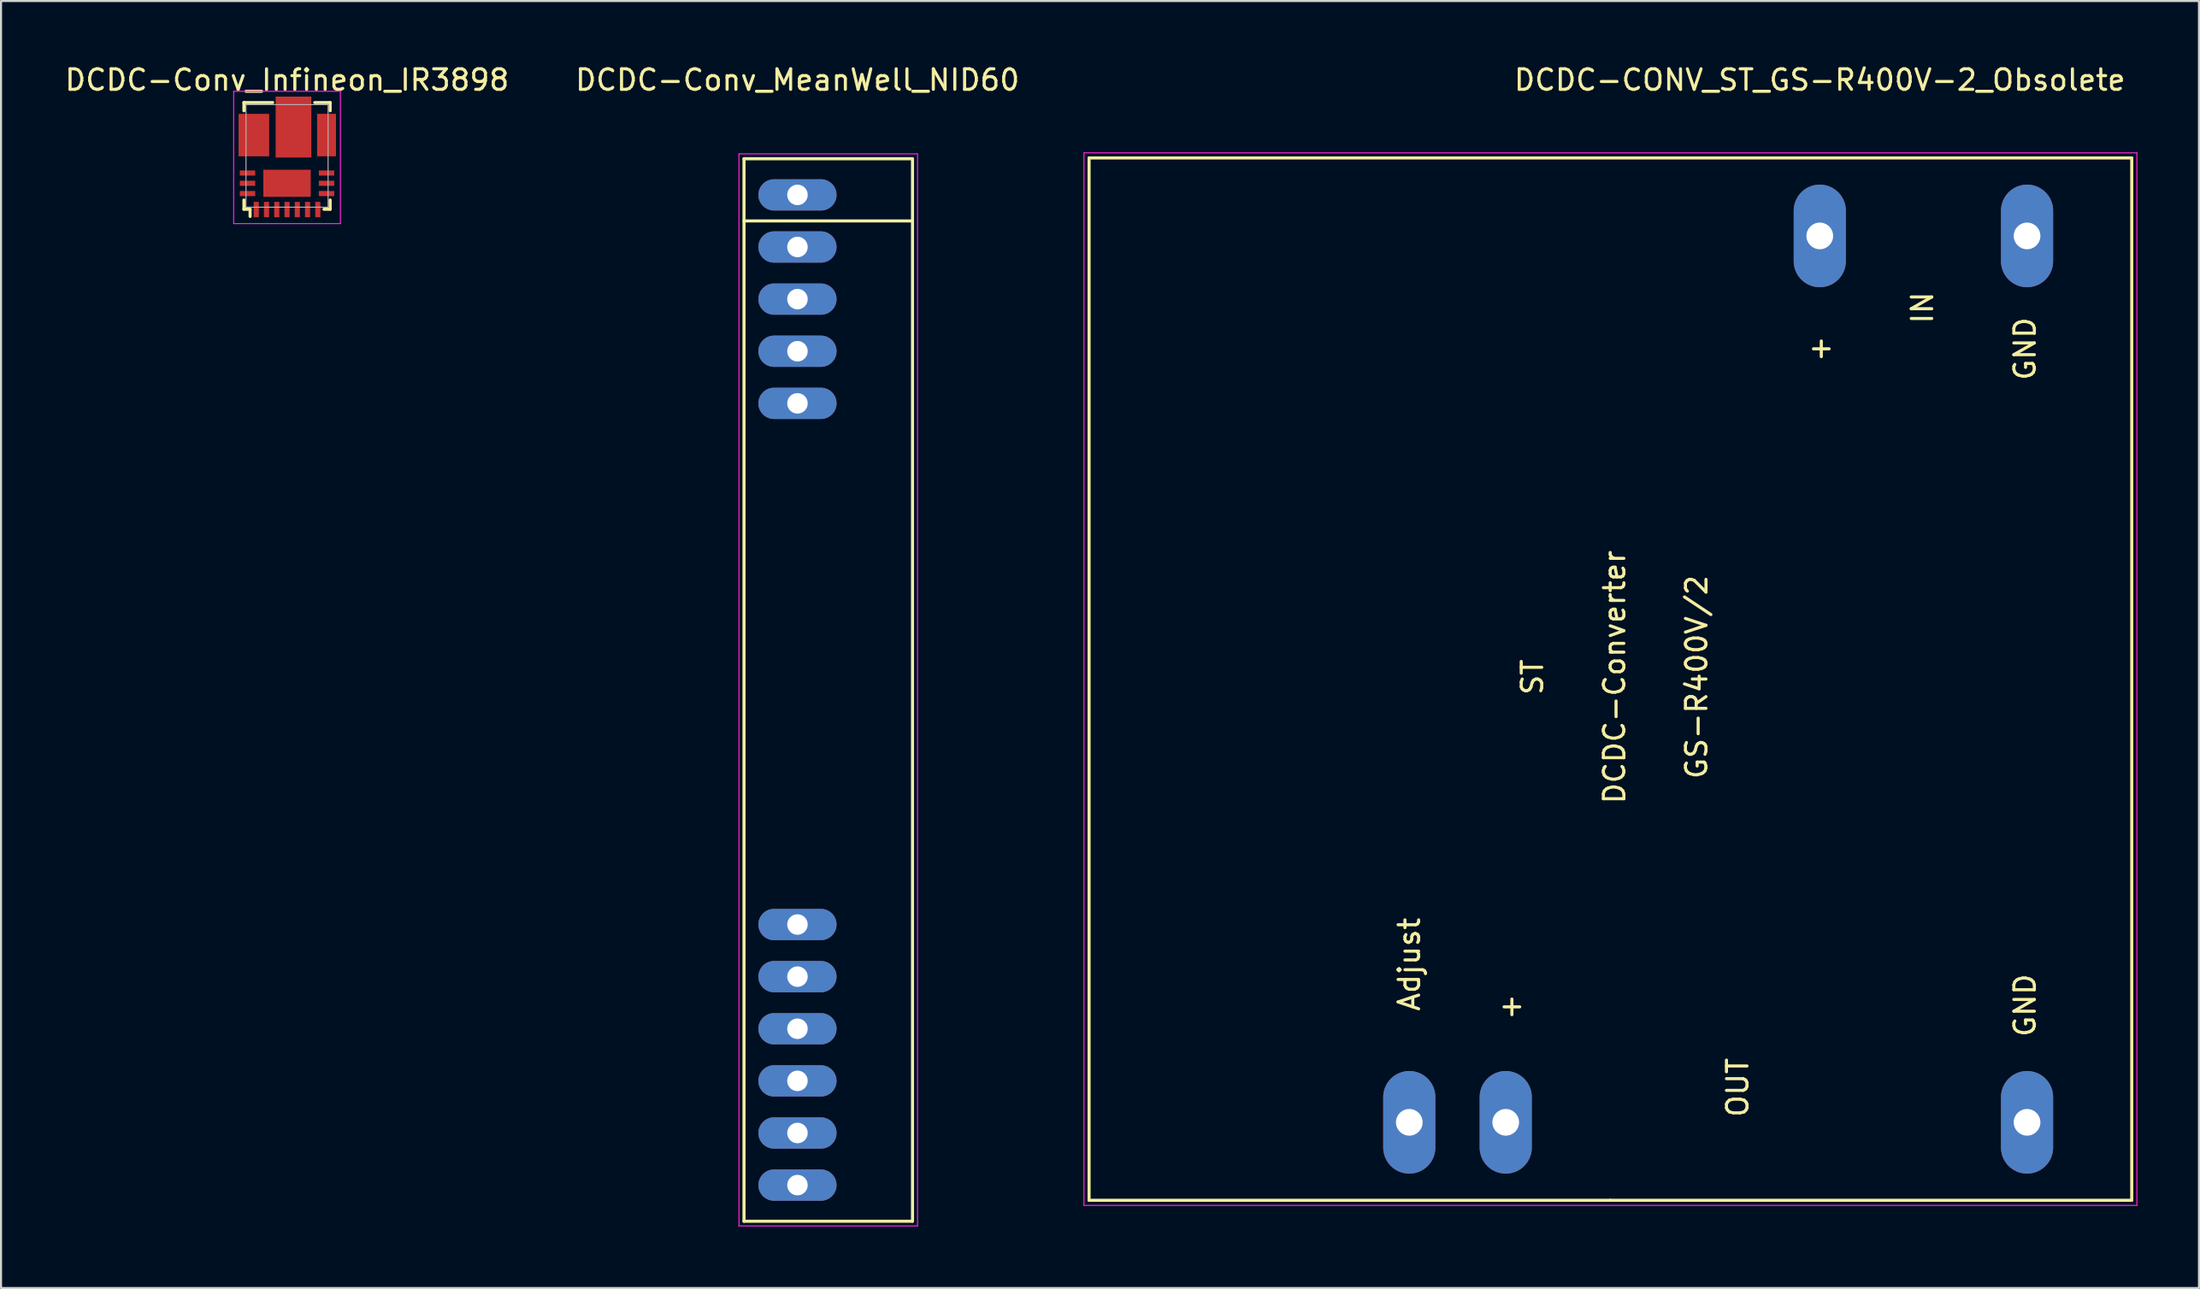
<source format=kicad_pcb>
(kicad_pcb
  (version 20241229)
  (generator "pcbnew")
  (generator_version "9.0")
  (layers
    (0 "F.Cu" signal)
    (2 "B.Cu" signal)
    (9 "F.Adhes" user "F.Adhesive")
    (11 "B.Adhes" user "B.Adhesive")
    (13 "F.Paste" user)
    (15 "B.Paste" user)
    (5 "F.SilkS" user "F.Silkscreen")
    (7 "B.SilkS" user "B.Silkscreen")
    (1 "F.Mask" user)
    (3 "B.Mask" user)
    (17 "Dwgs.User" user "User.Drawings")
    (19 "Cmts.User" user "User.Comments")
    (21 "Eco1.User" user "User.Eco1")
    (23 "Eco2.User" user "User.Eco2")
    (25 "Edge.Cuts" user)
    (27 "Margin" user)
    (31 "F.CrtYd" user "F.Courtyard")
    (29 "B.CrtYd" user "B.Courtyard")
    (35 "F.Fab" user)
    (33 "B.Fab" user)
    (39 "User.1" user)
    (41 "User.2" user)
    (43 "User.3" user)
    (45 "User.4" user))
  (footprint "DCDC-CONV_ST_GS-R400V-2_Obsolete"
    (layer "F.Cu")
    (at 85.613 8.448)
    (property "Reference" "DCDC-CONV_ST_GS-R400V-2_Obsolete" (at 0 -7.6 0) (layer "F.SilkS") (effects (font (size 1 1) (thickness 0.15))))
    (attr through_hole)
    (fp_line (start -35.601 -3.8) (end -35.601 47) (stroke (width 0.15) (type solid)) (layer "F.SilkS"))
    (fp_line (start -35.601 47) (end -10.201 47) (stroke (width 0.15) (type solid)) (layer "F.SilkS"))
    (fp_line (start -10.201 47) (end 15.199 47) (stroke (width 0.15) (type solid)) (layer "F.SilkS"))
    (fp_line (start 15.199 -3.8) (end -35.601 -3.8) (stroke (width 0.15) (type solid)) (layer "F.SilkS"))
    (fp_line (start 15.199 47) (end 15.199 -3.8) (stroke (width 0.15) (type solid)) (layer "F.SilkS"))
    (fp_line (start -35.85 -4.05) (end -35.85 47.25) (stroke (width 0.05) (type solid)) (layer "F.CrtYd"))
    (fp_line (start -35.85 -4.05) (end 15.45 -4.05) (stroke (width 0.05) (type solid)) (layer "F.CrtYd"))
    (fp_line (start -35.85 47.25) (end 15.45 47.25) (stroke (width 0.05) (type solid)) (layer "F.CrtYd"))
    (fp_line (start 15.45 -4.05) (end 15.45 47.25) (stroke (width 0.05) (type solid)) (layer "F.CrtYd"))
    (fp_text user "ST" (at -14.001 21.5 90) (layer "F.SilkS") (effects (font (size 1 1) (thickness 0.15))))
    (fp_text user "GND" (at 10 37.499 90) (layer "F.SilkS") (effects (font (size 1 1) (thickness 0.15))))
    (fp_text user "GND" (at 10 5.501 90) (layer "F.SilkS") (effects (font (size 1 1) (thickness 0.15))))
    (fp_text user "+" (at -0.00002 5.501 90) (layer "F.SilkS") (effects (font (size 1 1) (thickness 0.15))))
    (fp_text user "GS-R400V/2" (at -6 21.5 90) (layer "F.SilkS") (effects (font (size 1 1) (thickness 0.15))))
    (fp_text user "IN" (at 5.001 3.499 90) (layer "F.SilkS") (effects (font (size 1 1) (thickness 0.15))))
    (fp_text user "Adjust" (at -20 35.5 90) (layer "F.SilkS") (effects (font (size 1 1) (thickness 0.15))))
    (fp_text user "DCDC-Converter" (at -10 21.5 90) (layer "F.SilkS") (effects (font (size 1 1) (thickness 0.15))))
    (fp_text user "OUT" (at -4.001 41.5 90) (layer "F.SilkS") (effects (font (size 1 1) (thickness 0.15))))
    (fp_text user "+" (at -15.001 37.499 0) (layer "F.SilkS") (effects (font (size 1 1) (thickness 0.15))))
    (pad "1" thru_hole oval (at 0 0) (size 2.54 5.001) (drill 1.3) (layers "*.Cu" "*.Mask"))
    (pad "2" thru_hole oval (at 10.099 0) (size 2.54 5.001) (drill 1.3) (layers "*.Cu" "*.Mask"))
    (pad "3" thru_hole oval (at 10.099 43.2) (size 2.54 5.001) (drill 1.3) (layers "*.Cu" "*.Mask"))
    (pad "4" thru_hole oval (at -15.301 43.2) (size 2.54 5.001) (drill 1.3) (layers "*.Cu" "*.Mask"))
    (pad "5" thru_hole oval (at -20 43.2) (size 2.54 5.001) (drill 1.3) (layers "*.Cu" "*.Mask")))
  (footprint "DCDC-Conv_Infineon_IR3898"
    (layer "F.Cu")
    (at 11.035 4.548)
    (property "Reference" "DCDC-Conv_Infineon_IR3898" (at -0.1 -3.7 0) (layer "F.SilkS") (effects (font (size 1 1) (thickness 0.15))))
    (attr smd)
    (fp_line (start -2.2 -2.6) (end -2.2 -2.2) (stroke (width 0.15) (type solid)) (layer "F.SilkS"))
    (fp_line (start -2.2 2.15) (end -2.2 2.6) (stroke (width 0.15) (type solid)) (layer "F.SilkS"))
    (fp_line (start -2.2 2.6) (end -1.9 2.6) (stroke (width 0.15) (type solid)) (layer "F.SilkS"))
    (fp_line (start -1.9 2.6) (end -1.9 2.95) (stroke (width 0.15) (type solid)) (layer "F.SilkS"))
    (fp_line (start -0.8 -2.6) (end -2.2 -2.6) (stroke (width 0.15) (type solid)) (layer "F.SilkS"))
    (fp_line (start 1.7 2.6) (end 2 2.6) (stroke (width 0.15) (type solid)) (layer "F.SilkS"))
    (fp_line (start 2 -2.6) (end 1.25 -2.6) (stroke (width 0.15) (type solid)) (layer "F.SilkS"))
    (fp_line (start 2 -2.6) (end 2 -2.2) (stroke (width 0.15) (type solid)) (layer "F.SilkS"))
    (fp_line (start 2 2.15) (end 2 2.6) (stroke (width 0.15) (type solid)) (layer "F.SilkS"))
    (fp_line (start -2.7 -3.15) (end 2.5 -3.15) (stroke (width 0.05) (type solid)) (layer "F.CrtYd"))
    (fp_line (start -2.7 3.3) (end -2.7 -3.15) (stroke (width 0.05) (type solid)) (layer "F.CrtYd"))
    (fp_line (start 2.5 -3.15) (end 2.5 3.3) (stroke (width 0.05) (type solid)) (layer "F.CrtYd"))
    (fp_line (start 2.5 3.3) (end -2.7 3.3) (stroke (width 0.05) (type solid)) (layer "F.CrtYd"))
    (fp_line (start -2.1 -2.5) (end -2.1 2.5) (stroke (width 0.05) (type solid)) (layer "F.Fab"))
    (fp_line (start -2.1 -2.5) (end 1.9 -2.5) (stroke (width 0.05) (type solid)) (layer "F.Fab"))
    (fp_line (start -2.1 2.5) (end 1.9 2.5) (stroke (width 0.05) (type solid)) (layer "F.Fab"))
    (fp_line (start 1.9 -2.5) (end 1.9 2.5) (stroke (width 0.05) (type solid)) (layer "F.Fab"))
    (pad "" smd rect (at -1.975 -1.84 180) (size 0.8 0.3) (layers "F.Mask" "F.Paste"))
    (pad "" smd rect (at -1.975 -1.29 180) (size 0.8 0.3) (layers "F.Mask" "F.Paste"))
    (pad "" smd rect (at -1.975 -0.74 180) (size 0.8 0.3) (layers "F.Mask" "F.Paste"))
    (pad "" smd rect (at -1.975 -0.19 180) (size 0.8 0.3) (layers "F.Mask" "F.Paste"))
    (pad "" smd rect (at -1.75 -1.015 180) (size 0.27 1.89) (layers "F.Paste"))
    (pad "" smd rect (at -1.512 -1.015 180) (size 0.97 1.95) (layers "F.Mask"))
    (pad "" smd rect (at -1.255 -1.71) (size 0.43 0.46) (layers "F.Paste"))
    (pad "" smd rect (at -1.255 -1.71) (size 0.43 0.46) (layers "F.Paste"))
    (pad "" smd rect (at -1.255 -1) (size 0.43 0.46) (layers "F.Paste"))
    (pad "" smd rect (at -1.255 -1) (size 0.43 0.46) (layers "F.Paste"))
    (pad "" smd rect (at -1.255 -0.29) (size 0.43 0.46) (layers "F.Paste"))
    (pad "" smd rect (at -1.255 -0.29) (size 0.43 0.46) (layers "F.Paste"))
    (pad "" smd rect (at -0.9 0.98) (size 0.55 0.46) (layers "F.Paste"))
    (pad "" smd rect (at -0.9 0.98) (size 0.55 0.46) (layers "F.Paste"))
    (pad "" smd rect (at -0.9 1.69) (size 0.55 0.46) (layers "F.Paste"))
    (pad "" smd rect (at -0.9 1.69) (size 0.55 0.46) (layers "F.Paste"))
    (pad "" smd rect (at -0.445 -2.615) (size 0.3 0.6) (layers "F.Mask" "F.Paste"))
    (pad "" smd rect (at -0.25 -1.65) (size 0.67 0.46) (layers "F.Paste"))
    (pad "" smd rect (at -0.25 -1.65) (size 0.67 0.46) (layers "F.Paste"))
    (pad "" smd rect (at -0.25 -0.94) (size 0.67 0.46) (layers "F.Paste"))
    (pad "" smd rect (at -0.25 -0.94) (size 0.67 0.46) (layers "F.Paste"))
    (pad "" smd rect (at -0.25 -0.23) (size 0.67 0.46) (layers "F.Paste"))
    (pad "" smd rect (at -0.25 -0.23) (size 0.67 0.46) (layers "F.Paste"))
    (pad "" smd rect (at -0.1 0.98) (size 0.55 0.46) (layers "F.Paste"))
    (pad "" smd rect (at -0.1 0.98) (size 0.55 0.46) (layers "F.Paste"))
    (pad "" smd rect (at -0.1 1.335) (size 2.19 1.2) (layers "F.Mask"))
    (pad "" smd rect (at -0.1 1.69) (size 0.55 0.46) (layers "F.Paste"))
    (pad "" smd rect (at -0.1 1.69) (size 0.55 0.46) (layers "F.Paste"))
    (pad "" smd rect (at 0.215 -2.615) (size 0.3 0.6) (layers "F.Mask" "F.Paste"))
    (pad "" smd rect (at 0.215 -2.35) (size 1.56 0.27) (layers "F.Paste"))
    (pad "" smd rect (at 0.215 -1.205) (size 1.62 2.42) (layers "F.Mask"))
    (pad "" smd rect (at 0.67 -1.65) (size 0.67 0.46) (layers "F.Paste"))
    (pad "" smd rect (at 0.67 -1.65) (size 0.67 0.46) (layers "F.Paste"))
    (pad "" smd rect (at 0.67 -0.94) (size 0.67 0.46) (layers "F.Paste"))
    (pad "" smd rect (at 0.67 -0.94) (size 0.67 0.46) (layers "F.Paste"))
    (pad "" smd rect (at 0.67 -0.23) (size 0.67 0.46) (layers "F.Paste"))
    (pad "" smd rect (at 0.67 -0.23) (size 0.67 0.46) (layers "F.Paste"))
    (pad "" smd rect (at 0.7 0.98) (size 0.55 0.46) (layers "F.Paste"))
    (pad "" smd rect (at 0.7 0.98) (size 0.55 0.46) (layers "F.Paste"))
    (pad "" smd rect (at 0.7 1.69) (size 0.55 0.46) (layers "F.Paste"))
    (pad "" smd rect (at 0.7 1.69) (size 0.55 0.46) (layers "F.Paste"))
    (pad "" smd rect (at 0.875 -2.615) (size 0.3 0.6) (layers "F.Mask" "F.Paste"))
    (pad "" smd rect (at 1.625 -1.015) (size 0.4 1.95) (layers "F.Mask"))
    (pad "" smd rect (at 2.025 -1.84) (size 0.8 0.3) (drill (offset -0.2 0)) (layers "F.Mask" "F.Paste"))
    (pad "" smd rect (at 2.025 -1.29) (size 0.8 0.3) (drill (offset -0.2 0)) (layers "F.Mask" "F.Paste"))
    (pad "" smd rect (at 2.025 -0.74) (size 0.8 0.3) (drill (offset -0.2 0)) (layers "F.Mask" "F.Paste"))
    (pad "" smd rect (at 2.025 -0.19) (size 0.8 0.3) (drill (offset -0.2 0)) (layers "F.Mask" "F.Paste"))
    (pad "1" smd rect (at -1.6 2.615) (size 0.25 0.75) (layers "F.Cu" "F.Mask" "F.Paste"))
    (pad "2" smd rect (at -1.1 2.615) (size 0.25 0.75) (layers "F.Cu" "F.Mask" "F.Paste"))
    (pad "3" smd rect (at -0.6 2.615) (size 0.25 0.75) (layers "F.Cu" "F.Mask" "F.Paste"))
    (pad "4" smd rect (at -0.1 2.615) (size 0.25 0.75) (layers "F.Cu" "F.Mask" "F.Paste"))
    (pad "5" smd rect (at 0.4 2.615) (size 0.25 0.75) (layers "F.Cu" "F.Mask" "F.Paste"))
    (pad "6" smd rect (at 0.9 2.615) (size 0.25 0.75) (layers "F.Cu" "F.Mask" "F.Paste"))
    (pad "7" smd rect (at 1.4 2.615) (size 0.25 0.75) (layers "F.Cu" "F.Mask" "F.Paste"))
    (pad "8" smd rect (at 1.825 1.835) (size 0.75 0.25) (layers "F.Cu" "F.Mask" "F.Paste"))
    (pad "9" smd rect (at 1.825 1.335) (size 0.75 0.25) (layers "F.Cu" "F.Mask" "F.Paste"))
    (pad "10" smd rect (at 1.825 0.835) (size 0.75 0.25) (layers "F.Cu" "F.Mask" "F.Paste"))
    (pad "11" smd rect (at 1.825 -1.015) (size 0.92 2.07) (layers "F.Cu"))
    (pad "12" smd rect (at 0.215 -1.405) (size 1.74 2.97) (layers "F.Cu"))
    (pad "13" smd rect (at -1.715 -1.015 180) (size 1.49 2.07) (layers "F.Cu"))
    (pad "14" smd rect (at -2.025 0.835) (size 0.75 0.25) (layers "F.Cu" "F.Mask" "F.Paste"))
    (pad "15" smd rect (at -2.025 1.335) (size 0.75 0.25) (layers "F.Cu" "F.Mask" "F.Paste"))
    (pad "16" smd rect (at -2.025 1.835) (size 0.75 0.25) (layers "F.Cu" "F.Mask" "F.Paste"))
    (pad "17" smd rect (at -0.1 1.335) (size 2.31 1.32) (layers "F.Cu")))
  (footprint "DCDC-Conv_MeanWell_NID60"
    (layer "F.Cu")
    (at 35.804 6.448)
    (property "Reference" "DCDC-Conv_MeanWell_NID60" (at 0 -5.6 0) (layer "F.SilkS") (effects (font (size 1 1) (thickness 0.15))))
    (attr through_hole)
    (fp_line (start -2.605 -1.762) (end 5.6 -1.762) (stroke (width 0.15) (type solid)) (layer "F.SilkS"))
    (fp_line (start -2.605 1.27) (end 5.6 1.27) (stroke (width 0.15) (type solid)) (layer "F.SilkS"))
    (fp_line (start -2.605 50.022) (end -2.605 -1.762) (stroke (width 0.15) (type solid)) (layer "F.SilkS"))
    (fp_line (start 5.6 50.022) (end -2.605 50.022) (stroke (width 0.15) (type solid)) (layer "F.SilkS"))
    (fp_line (start 5.605 -1.762) (end 5.605 50.022) (stroke (width 0.15) (type solid)) (layer "F.SilkS"))
    (fp_line (start -2.85 -2) (end -2.85 50.25) (stroke (width 0.05) (type solid)) (layer "F.CrtYd"))
    (fp_line (start -2.85 -2) (end 5.85 -2) (stroke (width 0.05) (type solid)) (layer "F.CrtYd"))
    (fp_line (start -2.85 50.25) (end 5.85 50.25) (stroke (width 0.05) (type solid)) (layer "F.CrtYd"))
    (fp_line (start 5.85 -2) (end 5.85 50.25) (stroke (width 0.05) (type solid)) (layer "F.CrtYd"))
    (pad "1" thru_hole oval (at 0 0) (size 3.81 1.524) (drill 1) (layers "*.Cu" "*.Mask"))
    (pad "2" thru_hole oval (at 0 2.54) (size 3.81 1.524) (drill 1) (layers "*.Cu" "*.Mask"))
    (pad "3" thru_hole oval (at 0 5.08) (size 3.81 1.524) (drill 1) (layers "*.Cu" "*.Mask"))
    (pad "4" thru_hole oval (at 0 7.62) (size 3.81 1.524) (drill 1) (layers "*.Cu" "*.Mask"))
    (pad "5" thru_hole oval (at 0 10.16) (size 3.81 1.524) (drill 1) (layers "*.Cu" "*.Mask"))
    (pad "6" thru_hole oval (at 0 35.56) (size 3.81 1.524) (drill 1) (layers "*.Cu" "*.Mask"))
    (pad "7" thru_hole oval (at 0 38.1) (size 3.81 1.524) (drill 1) (layers "*.Cu" "*.Mask"))
    (pad "8" thru_hole oval (at 0 40.64) (size 3.81 1.524) (drill 1) (layers "*.Cu" "*.Mask"))
    (pad "9" thru_hole oval (at 0 43.18) (size 3.81 1.524) (drill 1) (layers "*.Cu" "*.Mask"))
    (pad "10" thru_hole oval (at 0 45.72) (size 3.81 1.524) (drill 1) (layers "*.Cu" "*.Mask"))
    (pad "11" thru_hole oval (at 0 48.26) (size 3.81 1.524) (drill 1) (layers "*.Cu" "*.Mask")))
  (gr_rect
    (start -3 -3)
    (end 104.088 59.723)
    (stroke (width 0.1) (type default))
    (fill no)
    (layer "Edge.Cuts")))
</source>
